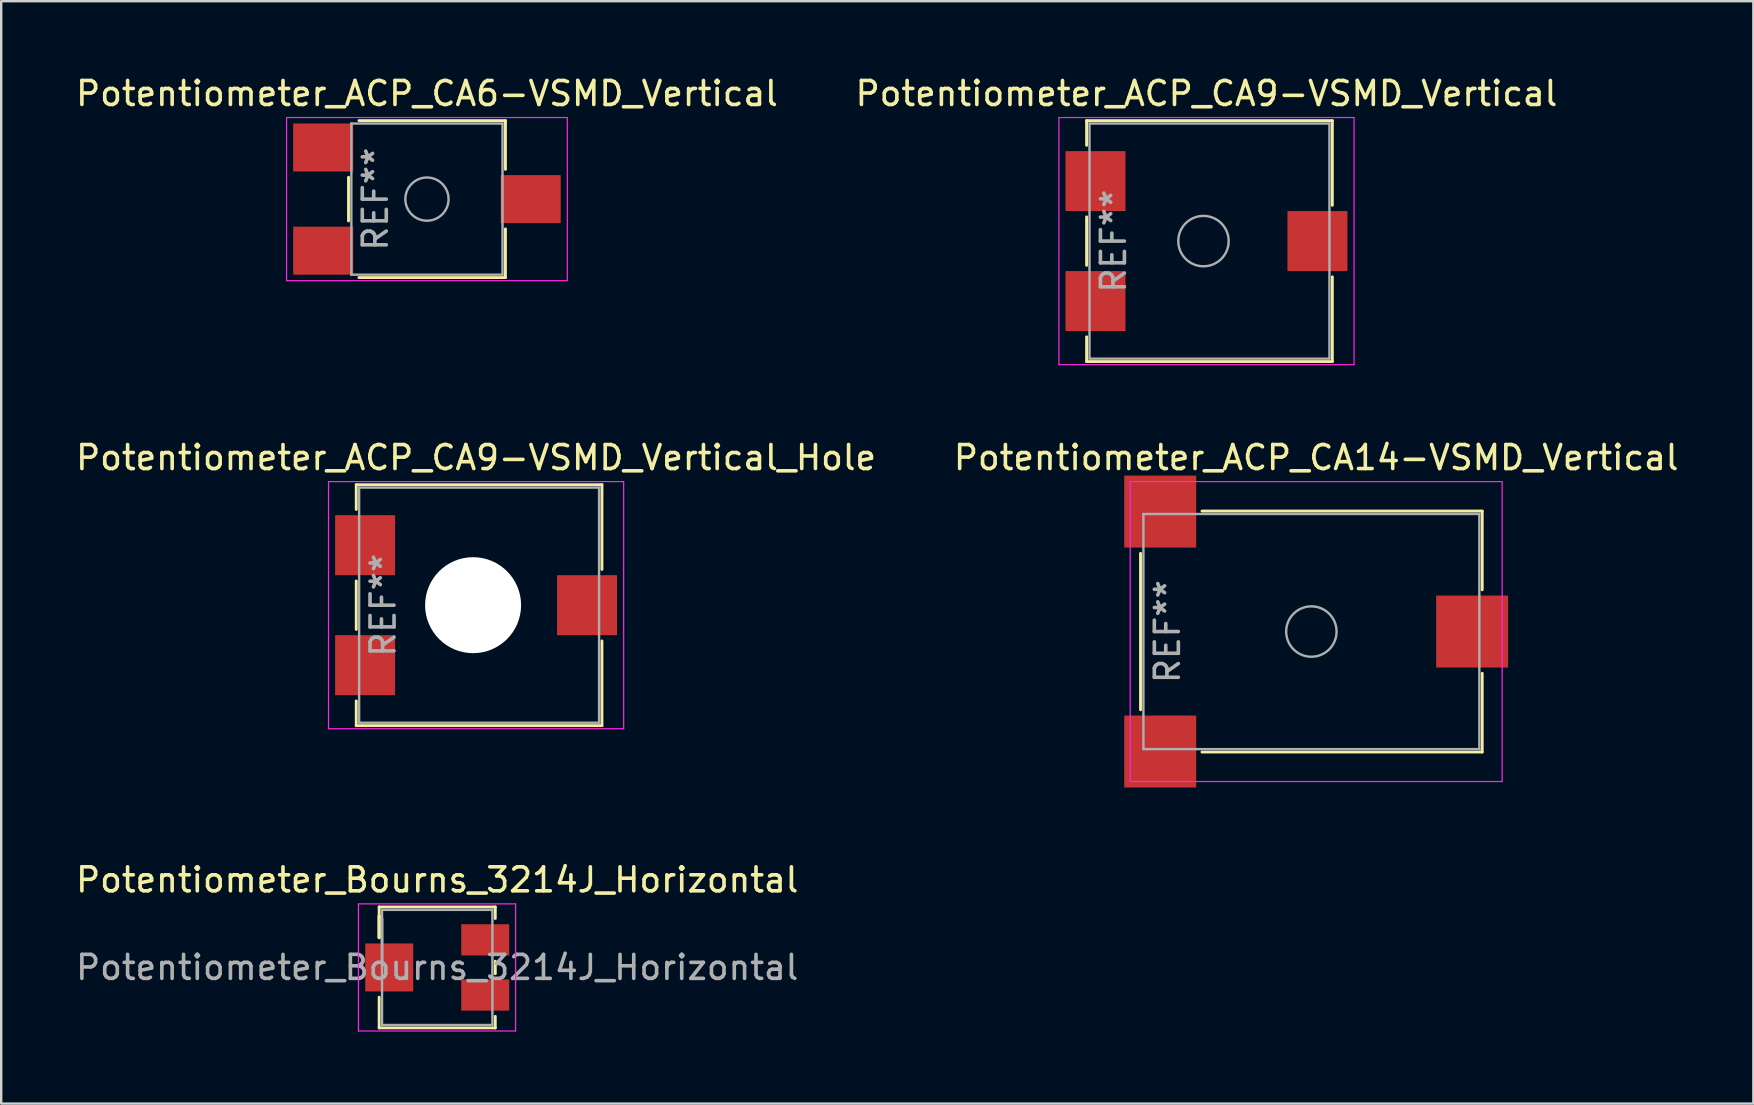
<source format=kicad_pcb>
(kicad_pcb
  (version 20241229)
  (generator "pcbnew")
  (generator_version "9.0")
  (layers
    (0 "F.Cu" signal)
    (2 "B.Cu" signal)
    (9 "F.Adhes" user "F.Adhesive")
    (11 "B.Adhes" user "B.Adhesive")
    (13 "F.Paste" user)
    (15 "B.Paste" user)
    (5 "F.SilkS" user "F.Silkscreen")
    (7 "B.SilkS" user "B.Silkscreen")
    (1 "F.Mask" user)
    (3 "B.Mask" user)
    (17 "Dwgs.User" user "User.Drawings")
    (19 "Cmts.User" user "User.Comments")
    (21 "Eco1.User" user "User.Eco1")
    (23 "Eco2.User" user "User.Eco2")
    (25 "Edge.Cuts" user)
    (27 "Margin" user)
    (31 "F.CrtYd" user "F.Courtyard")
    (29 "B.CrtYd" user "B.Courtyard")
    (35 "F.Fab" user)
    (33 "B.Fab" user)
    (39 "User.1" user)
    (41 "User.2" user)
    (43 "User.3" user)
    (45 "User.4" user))
  (footprint "Potentiometer_ACP_CA6-VSMD_Vertical"
    (layer "F.Cu")
    (at 14.744 5.248)
    (property "Reference" "Potentiometer_ACP_CA6-VSMD_Vertical" (at 0 -4.4 0) (layer "F.SilkS") (effects (font (size 1 1) (thickness 0.15))))
    (attr smd)
    (fp_line (start -3.269 -0.909) (end -3.269 0.91) (stroke (width 0.12) (type solid)) (layer "F.SilkS"))
    (fp_line (start -2.834 -3.27) (end 3.271 -3.27) (stroke (width 0.12) (type solid)) (layer "F.SilkS"))
    (fp_line (start -2.834 3.27) (end 3.271 3.27) (stroke (width 0.12) (type solid)) (layer "F.SilkS"))
    (fp_line (start 3.271 -3.27) (end 3.271 -1.24) (stroke (width 0.12) (type solid)) (layer "F.SilkS"))
    (fp_line (start 3.271 1.24) (end 3.271 3.27) (stroke (width 0.12) (type solid)) (layer "F.SilkS"))
    (fp_line (start -5.85 -3.4) (end -5.85 3.4) (stroke (width 0.05) (type solid)) (layer "F.CrtYd"))
    (fp_line (start -5.85 3.4) (end 5.85 3.4) (stroke (width 0.05) (type solid)) (layer "F.CrtYd"))
    (fp_line (start 5.85 -3.4) (end -5.85 -3.4) (stroke (width 0.05) (type solid)) (layer "F.CrtYd"))
    (fp_line (start 5.85 3.4) (end 5.85 -3.4) (stroke (width 0.05) (type solid)) (layer "F.CrtYd"))
    (fp_line (start -3.15 -3.15) (end -3.15 3.15) (stroke (width 0.1) (type solid)) (layer "F.Fab"))
    (fp_line (start -3.15 3.15) (end 3.15 3.15) (stroke (width 0.1) (type solid)) (layer "F.Fab"))
    (fp_line (start 3.15 -3.15) (end -3.15 -3.15) (stroke (width 0.1) (type solid)) (layer "F.Fab"))
    (fp_line (start 3.15 3.15) (end 3.15 -3.15) (stroke (width 0.1) (type solid)) (layer "F.Fab"))
    (fp_circle (center 0 0) (end 0.9 0) (stroke (width 0.1) (type solid)) (fill no) (layer "F.Fab"))
    (fp_text user "REF**" (at -2.15 0 90) (layer "F.Fab") (effects (font (size 1 1) (thickness 0.15))))
    (pad "1" smd rect (at -4.325 2.15) (size 2.5 2) (layers "F.Cu" "F.Mask"))
    (pad "2" smd rect (at 4.325 0) (size 2.5 2) (layers "F.Cu" "F.Mask"))
    (pad "3" smd rect (at -4.325 -2.15) (size 2.5 2) (layers "F.Cu" "F.Mask")))
  (footprint "Potentiometer_ACP_CA14-VSMD_Vertical"
    (layer "F.Cu")
    (at 51.804 23.271)
    (property "Reference" "Potentiometer_ACP_CA14-VSMD_Vertical" (at 0 -7.25 0) (layer "F.SilkS") (effects (font (size 1 1) (thickness 0.15))))
    (attr smd)
    (fp_line (start -7.32 -3.259) (end -7.32 3.26) (stroke (width 0.12) (type solid)) (layer "F.SilkS"))
    (fp_line (start -4.759 -5.021) (end 6.92 -5.021) (stroke (width 0.12) (type solid)) (layer "F.SilkS"))
    (fp_line (start -4.759 5.021) (end 6.92 5.021) (stroke (width 0.12) (type solid)) (layer "F.SilkS"))
    (fp_line (start 6.92 -5.021) (end 6.92 -1.74) (stroke (width 0.12) (type solid)) (layer "F.SilkS"))
    (fp_line (start 6.92 1.74) (end 6.92 5.021) (stroke (width 0.12) (type solid)) (layer "F.SilkS"))
    (fp_line (start -7.75 -6.25) (end -7.75 6.25) (stroke (width 0.05) (type solid)) (layer "F.CrtYd"))
    (fp_line (start -7.75 6.25) (end 7.75 6.25) (stroke (width 0.05) (type solid)) (layer "F.CrtYd"))
    (fp_line (start 7.75 -6.25) (end -7.75 -6.25) (stroke (width 0.05) (type solid)) (layer "F.CrtYd"))
    (fp_line (start 7.75 6.25) (end 7.75 -6.25) (stroke (width 0.05) (type solid)) (layer "F.CrtYd"))
    (fp_line (start -7.2 -4.9) (end -7.2 4.9) (stroke (width 0.1) (type solid)) (layer "F.Fab"))
    (fp_line (start -7.2 4.9) (end 6.8 4.9) (stroke (width 0.1) (type solid)) (layer "F.Fab"))
    (fp_line (start 6.8 -4.9) (end -7.2 -4.9) (stroke (width 0.1) (type solid)) (layer "F.Fab"))
    (fp_line (start 6.8 4.9) (end 6.8 -4.9) (stroke (width 0.1) (type solid)) (layer "F.Fab"))
    (fp_circle (center -0.2 0) (end 0.85 0) (stroke (width 0.1) (type solid)) (fill no) (layer "F.Fab"))
    (fp_text user "REF**" (at -6.2 0 90) (layer "F.Fab") (effects (font (size 1 1) (thickness 0.15))))
    (pad "1" smd rect (at -6.5 5) (size 3 3) (layers "F.Cu" "F.Mask"))
    (pad "2" smd rect (at 6.5 0) (size 3 3) (layers "F.Cu" "F.Mask"))
    (pad "3" smd rect (at -6.5 -5) (size 3 3) (layers "F.Cu" "F.Mask")))
  (footprint "Potentiometer_ACP_CA9-VSMD_Vertical_Hole"
    (layer "F.Cu")
    (at 16.792 22.172)
    (property "Reference" "Potentiometer_ACP_CA9-VSMD_Vertical_Hole" (at 0 -6.15 0) (layer "F.SilkS") (effects (font (size 1 1) (thickness 0.15))))
    (attr smd)
    (fp_line (start -4.995 -5.021) (end -4.995 -3.991) (stroke (width 0.12) (type solid)) (layer "F.SilkS"))
    (fp_line (start -4.995 -5.021) (end 5.245 -5.021) (stroke (width 0.12) (type solid)) (layer "F.SilkS"))
    (fp_line (start -4.995 -1.009) (end -4.995 1.01) (stroke (width 0.12) (type solid)) (layer "F.SilkS"))
    (fp_line (start -4.995 3.99) (end -4.995 5.02) (stroke (width 0.12) (type solid)) (layer "F.SilkS"))
    (fp_line (start -4.995 5.02) (end 5.245 5.02) (stroke (width 0.12) (type solid)) (layer "F.SilkS"))
    (fp_line (start 5.245 -5.021) (end 5.245 -1.49) (stroke (width 0.12) (type solid)) (layer "F.SilkS"))
    (fp_line (start 5.245 1.49) (end 5.245 5.02) (stroke (width 0.12) (type solid)) (layer "F.SilkS"))
    (fp_line (start -6.15 -5.15) (end -6.15 5.15) (stroke (width 0.05) (type solid)) (layer "F.CrtYd"))
    (fp_line (start -6.15 5.15) (end 6.15 5.15) (stroke (width 0.05) (type solid)) (layer "F.CrtYd"))
    (fp_line (start 6.15 -5.15) (end -6.15 -5.15) (stroke (width 0.05) (type solid)) (layer "F.CrtYd"))
    (fp_line (start 6.15 5.15) (end 6.15 -5.15) (stroke (width 0.05) (type solid)) (layer "F.CrtYd"))
    (fp_line (start -4.875 -4.9) (end -4.875 4.9) (stroke (width 0.1) (type solid)) (layer "F.Fab"))
    (fp_line (start -4.875 4.9) (end 5.125 4.9) (stroke (width 0.1) (type solid)) (layer "F.Fab"))
    (fp_line (start 5.125 -4.9) (end -4.875 -4.9) (stroke (width 0.1) (type solid)) (layer "F.Fab"))
    (fp_line (start 5.125 4.9) (end 5.125 -4.9) (stroke (width 0.1) (type solid)) (layer "F.Fab"))
    (fp_text user "REF**" (at -3.875 0 90) (layer "F.Fab") (effects (font (size 1 1) (thickness 0.15))))
    (pad "" np_thru_hole circle (at -0.125 0) (size 4 4) (drill 4) (layers "*.Cu" "*.Mask"))
    (pad "1" smd rect (at -4.625 2.5) (size 2.5 2.5) (layers "F.Cu" "F.Mask"))
    (pad "2" smd rect (at 4.625 0) (size 2.5 2.5) (layers "F.Cu" "F.Mask"))
    (pad "3" smd rect (at -4.625 -2.5) (size 2.5 2.5) (layers "F.Cu" "F.Mask")))
  (footprint "Potentiometer_Bourns_3214J_Horizontal"
    (layer "F.Cu")
    (at 15.839 37.27)
    (property "Reference" "Potentiometer_Bourns_3214J_Horizontal" (at -0.667 -3.65 0) (layer "F.SilkS") (effects (font (size 1 1) (thickness 0.15))))
    (attr smd)
    (fp_line (start -3.087 -2.52) (end -3.087 -1.24) (stroke (width 0.12) (type solid)) (layer "F.SilkS"))
    (fp_line (start -3.087 -2.52) (end 1.753 -2.52) (stroke (width 0.12) (type solid)) (layer "F.SilkS"))
    (fp_line (start -3.087 -2.14) (end -3.087 -2.14) (stroke (width 0.12) (type solid)) (layer "F.SilkS"))
    (fp_line (start -3.087 -2.14) (end -3.087 -1.24) (stroke (width 0.12) (type solid)) (layer "F.SilkS"))
    (fp_line (start -3.087 -2.14) (end -3.087 -1.24) (stroke (width 0.12) (type solid)) (layer "F.SilkS"))
    (fp_line (start -3.087 1.24) (end -3.087 2.52) (stroke (width 0.12) (type solid)) (layer "F.SilkS"))
    (fp_line (start -3.087 2.52) (end 1.753 2.52) (stroke (width 0.12) (type solid)) (layer "F.SilkS"))
    (fp_line (start 1.753 -2.52) (end 1.753 -2.04) (stroke (width 0.12) (type solid)) (layer "F.SilkS"))
    (fp_line (start 1.753 -0.26) (end 1.753 0.26) (stroke (width 0.12) (type solid)) (layer "F.SilkS"))
    (fp_line (start 1.753 2.04) (end 1.753 2.52) (stroke (width 0.12) (type solid)) (layer "F.SilkS"))
    (fp_line (start -3.95 -2.65) (end -3.95 2.65) (stroke (width 0.05) (type solid)) (layer "F.CrtYd"))
    (fp_line (start -3.95 2.65) (end 2.6 2.65) (stroke (width 0.05) (type solid)) (layer "F.CrtYd"))
    (fp_line (start 2.6 -2.65) (end -3.95 -2.65) (stroke (width 0.05) (type solid)) (layer "F.CrtYd"))
    (fp_line (start 2.6 2.65) (end 2.6 -2.65) (stroke (width 0.05) (type solid)) (layer "F.CrtYd"))
    (fp_line (start -2.967 -2.4) (end -2.967 2.4) (stroke (width 0.1) (type solid)) (layer "F.Fab"))
    (fp_line (start -2.967 -2.02) (end -2.967 -2.02) (stroke (width 0.1) (type solid)) (layer "F.Fab"))
    (fp_line (start -2.967 -2.02) (end -2.967 -0.24) (stroke (width 0.1) (type solid)) (layer "F.Fab"))
    (fp_line (start -2.967 -1.13) (end -2.967 -1.13) (stroke (width 0.1) (type solid)) (layer "F.Fab"))
    (fp_line (start -2.967 -0.24) (end -2.967 -2.02) (stroke (width 0.1) (type solid)) (layer "F.Fab"))
    (fp_line (start -2.967 -0.24) (end -2.967 -0.24) (stroke (width 0.1) (type solid)) (layer "F.Fab"))
    (fp_line (start -2.967 2.4) (end 1.633 2.4) (stroke (width 0.1) (type solid)) (layer "F.Fab"))
    (fp_line (start 1.633 -2.4) (end -2.967 -2.4) (stroke (width 0.1) (type solid)) (layer "F.Fab"))
    (fp_line (start 1.633 2.4) (end 1.633 -2.4) (stroke (width 0.1) (type solid)) (layer "F.Fab"))
    (fp_text user "${REFERENCE}" (at -0.667 0 0) (layer "F.Fab") (effects (font (size 1 1) (thickness 0.15))))
    (pad "1" smd rect (at 1.333 -1.15) (size 2 1.3) (layers "F.Cu" "F.Mask" "F.Paste"))
    (pad "2" smd rect (at -2.667 0) (size 2 2) (layers "F.Cu" "F.Mask" "F.Paste"))
    (pad "3" smd rect (at 1.333 1.15) (size 2 1.3) (layers "F.Cu" "F.Mask" "F.Paste")))
  (footprint "Potentiometer_ACP_CA9-VSMD_Vertical"
    (layer "F.Cu")
    (at 47.232 6.998)
    (property "Reference" "Potentiometer_ACP_CA9-VSMD_Vertical" (at 0 -6.15 0) (layer "F.SilkS") (effects (font (size 1 1) (thickness 0.15))))
    (attr smd)
    (fp_line (start -4.995 -5.021) (end -4.995 -3.991) (stroke (width 0.12) (type solid)) (layer "F.SilkS"))
    (fp_line (start -4.995 -5.021) (end 5.245 -5.021) (stroke (width 0.12) (type solid)) (layer "F.SilkS"))
    (fp_line (start -4.995 -1.009) (end -4.995 1.01) (stroke (width 0.12) (type solid)) (layer "F.SilkS"))
    (fp_line (start -4.995 3.99) (end -4.995 5.02) (stroke (width 0.12) (type solid)) (layer "F.SilkS"))
    (fp_line (start -4.995 5.02) (end 5.245 5.02) (stroke (width 0.12) (type solid)) (layer "F.SilkS"))
    (fp_line (start 5.245 -5.021) (end 5.245 -1.49) (stroke (width 0.12) (type solid)) (layer "F.SilkS"))
    (fp_line (start 5.245 1.49) (end 5.245 5.02) (stroke (width 0.12) (type solid)) (layer "F.SilkS"))
    (fp_line (start -6.15 -5.15) (end -6.15 5.15) (stroke (width 0.05) (type solid)) (layer "F.CrtYd"))
    (fp_line (start -6.15 5.15) (end 6.15 5.15) (stroke (width 0.05) (type solid)) (layer "F.CrtYd"))
    (fp_line (start 6.15 -5.15) (end -6.15 -5.15) (stroke (width 0.05) (type solid)) (layer "F.CrtYd"))
    (fp_line (start 6.15 5.15) (end 6.15 -5.15) (stroke (width 0.05) (type solid)) (layer "F.CrtYd"))
    (fp_line (start -4.875 -4.9) (end -4.875 4.9) (stroke (width 0.1) (type solid)) (layer "F.Fab"))
    (fp_line (start -4.875 4.9) (end 5.125 4.9) (stroke (width 0.1) (type solid)) (layer "F.Fab"))
    (fp_line (start 5.125 -4.9) (end -4.875 -4.9) (stroke (width 0.1) (type solid)) (layer "F.Fab"))
    (fp_line (start 5.125 4.9) (end 5.125 -4.9) (stroke (width 0.1) (type solid)) (layer "F.Fab"))
    (fp_circle (center -0.125 0) (end 0.925 0) (stroke (width 0.1) (type solid)) (fill no) (layer "F.Fab"))
    (fp_text user "REF**" (at -3.875 0 90) (layer "F.Fab") (effects (font (size 1 1) (thickness 0.15))))
    (pad "1" smd rect (at -4.625 2.5) (size 2.5 2.5) (layers "F.Cu" "F.Mask"))
    (pad "2" smd rect (at 4.625 0) (size 2.5 2.5) (layers "F.Cu" "F.Mask"))
    (pad "3" smd rect (at -4.625 -2.5) (size 2.5 2.5) (layers "F.Cu" "F.Mask")))
  (gr_rect
    (start -3 -3)
    (end 70.024 42.945)
    (stroke (width 0.1) (type default))
    (fill no)
    (layer "Edge.Cuts")))
</source>
